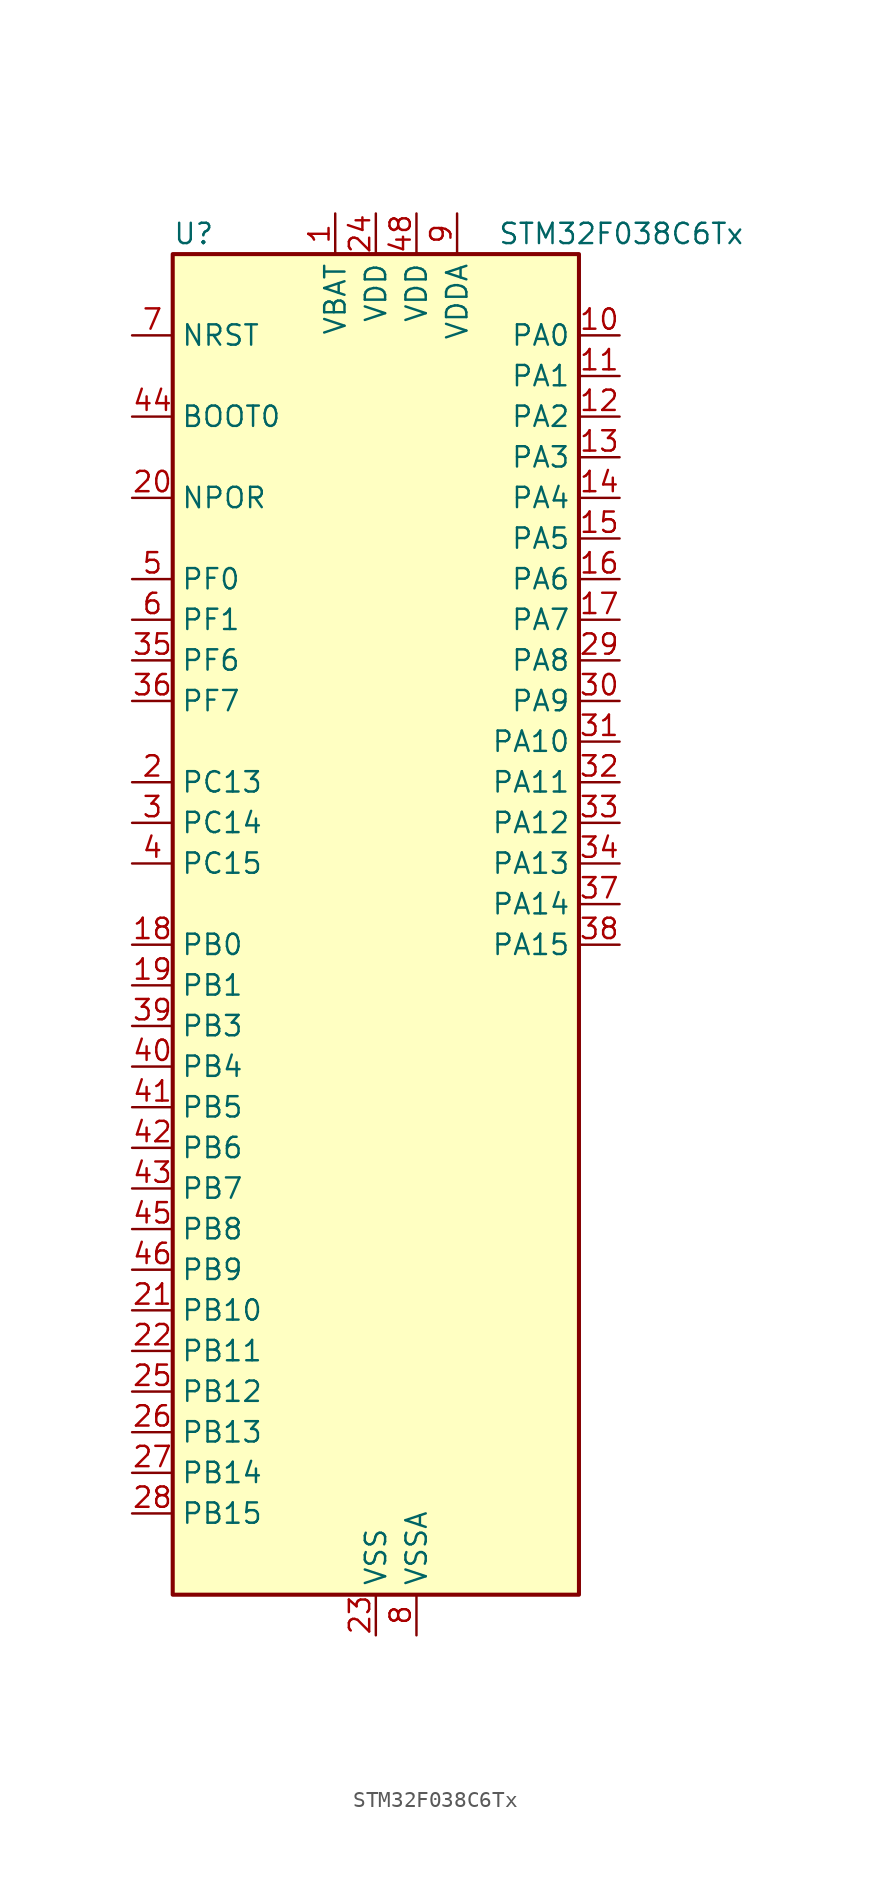
<source format=kicad_sym>
(kicad_symbol_lib
  (version 20241209)
  (generator "kicad_symbol_editor")
  (generator_version "9.0")
  (symbol "STM32F038C6Tx"
    (property "Reference" "U"
      (at -12.7 44.45 0)
      (effects (font (size 1.27 1.27)) (justify left)))
    (property "Value" "STM32F038C6Tx"
      (at 7.62 44.45 0)
      (effects (font (size 1.27 1.27)) (justify left)))
    (symbol "STM32F038C6Tx_0_1"
      (rectangle (start -12.7 -40.64) (end 12.7 43.18) (stroke (width 0.254) (type default)) (fill (type background))))
    (symbol "STM32F038C6Tx_1_1"
      (pin input line (at -15.24 38.1 0) (length 2.54) (name "NRST" (effects (font (size 1.27 1.27)))) (number "7" (effects (font (size 1.27 1.27)))))
      (pin input line (at -15.24 33.02 0) (length 2.54) (name "BOOT0" (effects (font (size 1.27 1.27)))) (number "44" (effects (font (size 1.27 1.27)))))
      (pin input line (at -15.24 27.94 0) (length 2.54) (name "NPOR" (effects (font (size 1.27 1.27)))) (number "20" (effects (font (size 1.27 1.27)))))
      (pin bidirectional line (at -15.24 22.86 0) (length 2.54) (name "PF0" (effects (font (size 1.27 1.27)))) (number "5" (effects (font (size 1.27 1.27)))) (alternate "RCC_OSC_IN" bidirectional line))
      (pin bidirectional line (at -15.24 20.32 0) (length 2.54) (name "PF1" (effects (font (size 1.27 1.27)))) (number "6" (effects (font (size 1.27 1.27)))) (alternate "RCC_OSC_OUT" bidirectional line))
      (pin bidirectional line (at -15.24 17.78 0) (length 2.54) (name "PF6" (effects (font (size 1.27 1.27)))) (number "35" (effects (font (size 1.27 1.27)))) (alternate "I2C1_SCL" bidirectional line))
      (pin bidirectional line (at -15.24 15.24 0) (length 2.54) (name "PF7" (effects (font (size 1.27 1.27)))) (number "36" (effects (font (size 1.27 1.27)))) (alternate "I2C1_SDA" bidirectional line))
      (pin bidirectional line (at -15.24 10.16 0) (length 2.54) (name "PC13" (effects (font (size 1.27 1.27)))) (number "2" (effects (font (size 1.27 1.27)))) (alternate "RTC_OUT_ALARM" bidirectional line) (alternate "RTC_OUT_CALIB" bidirectional line) (alternate "RTC_TAMP1" bidirectional line) (alternate "RTC_TS" bidirectional line) (alternate "SYS_WKUP2" bidirectional line))
      (pin bidirectional line (at -15.24 7.62 0) (length 2.54) (name "PC14" (effects (font (size 1.27 1.27)))) (number "3" (effects (font (size 1.27 1.27)))) (alternate "RCC_OSC32_IN" bidirectional line))
      (pin bidirectional line (at -15.24 5.08 0) (length 2.54) (name "PC15" (effects (font (size 1.27 1.27)))) (number "4" (effects (font (size 1.27 1.27)))) (alternate "RCC_OSC32_OUT" bidirectional line))
      (pin bidirectional line (at -15.24 0 0) (length 2.54) (name "PB0" (effects (font (size 1.27 1.27)))) (number "18" (effects (font (size 1.27 1.27)))) (alternate "ADC_IN8" bidirectional line) (alternate "TIM1_CH2N" bidirectional line) (alternate "TIM3_CH3" bidirectional line))
      (pin bidirectional line (at -15.24 -2.54 0) (length 2.54) (name "PB1" (effects (font (size 1.27 1.27)))) (number "19" (effects (font (size 1.27 1.27)))) (alternate "ADC_IN9" bidirectional line) (alternate "TIM14_CH1" bidirectional line) (alternate "TIM1_CH3N" bidirectional line) (alternate "TIM3_CH4" bidirectional line))
      (pin bidirectional line (at -15.24 -5.08 0) (length 2.54) (name "PB3" (effects (font (size 1.27 1.27)))) (number "39" (effects (font (size 1.27 1.27)))) (alternate "I2S1_CK" bidirectional line) (alternate "SPI1_SCK" bidirectional line) (alternate "TIM2_CH2" bidirectional line))
      (pin bidirectional line (at -15.24 -7.62 0) (length 2.54) (name "PB4" (effects (font (size 1.27 1.27)))) (number "40" (effects (font (size 1.27 1.27)))) (alternate "I2S1_MCK" bidirectional line) (alternate "SPI1_MISO" bidirectional line) (alternate "TIM3_CH1" bidirectional line))
      (pin bidirectional line (at -15.24 -10.16 0) (length 2.54) (name "PB5" (effects (font (size 1.27 1.27)))) (number "41" (effects (font (size 1.27 1.27)))) (alternate "I2C1_SMBA" bidirectional line) (alternate "I2S1_SD" bidirectional line) (alternate "SPI1_MOSI" bidirectional line) (alternate "TIM16_BKIN" bidirectional line) (alternate "TIM3_CH2" bidirectional line))
      (pin bidirectional line (at -15.24 -12.7 0) (length 2.54) (name "PB6" (effects (font (size 1.27 1.27)))) (number "42" (effects (font (size 1.27 1.27)))) (alternate "I2C1_SCL" bidirectional line) (alternate "TIM16_CH1N" bidirectional line) (alternate "USART1_TX" bidirectional line))
      (pin bidirectional line (at -15.24 -15.24 0) (length 2.54) (name "PB7" (effects (font (size 1.27 1.27)))) (number "43" (effects (font (size 1.27 1.27)))) (alternate "I2C1_SDA" bidirectional line) (alternate "TIM17_CH1N" bidirectional line) (alternate "USART1_RX" bidirectional line))
      (pin bidirectional line (at -15.24 -17.78 0) (length 2.54) (name "PB8" (effects (font (size 1.27 1.27)))) (number "45" (effects (font (size 1.27 1.27)))) (alternate "I2C1_SCL" bidirectional line) (alternate "TIM16_CH1" bidirectional line))
      (pin bidirectional line (at -15.24 -20.32 0) (length 2.54) (name "PB9" (effects (font (size 1.27 1.27)))) (number "46" (effects (font (size 1.27 1.27)))) (alternate "I2C1_SDA" bidirectional line) (alternate "IR_OUT" bidirectional line) (alternate "TIM17_CH1" bidirectional line))
      (pin bidirectional line (at -15.24 -22.86 0) (length 2.54) (name "PB10" (effects (font (size 1.27 1.27)))) (number "21" (effects (font (size 1.27 1.27)))) (alternate "I2C1_SCL" bidirectional line) (alternate "TIM2_CH3" bidirectional line))
      (pin bidirectional line (at -15.24 -25.4 0) (length 2.54) (name "PB11" (effects (font (size 1.27 1.27)))) (number "22" (effects (font (size 1.27 1.27)))) (alternate "I2C1_SDA" bidirectional line) (alternate "TIM2_CH4" bidirectional line))
      (pin bidirectional line (at -15.24 -27.94 0) (length 2.54) (name "PB12" (effects (font (size 1.27 1.27)))) (number "25" (effects (font (size 1.27 1.27)))) (alternate "SPI1_NSS" bidirectional line) (alternate "TIM1_BKIN" bidirectional line))
      (pin bidirectional line (at -15.24 -30.48 0) (length 2.54) (name "PB13" (effects (font (size 1.27 1.27)))) (number "26" (effects (font (size 1.27 1.27)))) (alternate "SPI1_SCK" bidirectional line) (alternate "TIM1_CH1N" bidirectional line))
      (pin bidirectional line (at -15.24 -33.02 0) (length 2.54) (name "PB14" (effects (font (size 1.27 1.27)))) (number "27" (effects (font (size 1.27 1.27)))) (alternate "SPI1_MISO" bidirectional line) (alternate "TIM1_CH2N" bidirectional line))
      (pin bidirectional line (at -15.24 -35.56 0) (length 2.54) (name "PB15" (effects (font (size 1.27 1.27)))) (number "28" (effects (font (size 1.27 1.27)))) (alternate "RTC_REFIN" bidirectional line) (alternate "SPI1_MOSI" bidirectional line) (alternate "TIM1_CH3N" bidirectional line))
      (pin power_in line (at -2.54 45.72 270) (length 2.54) (name "VBAT" (effects (font (size 1.27 1.27)))) (number "1" (effects (font (size 1.27 1.27)))))
      (pin power_in line (at 0 45.72 270) (length 2.54) (name "VDD" (effects (font (size 1.27 1.27)))) (number "24" (effects (font (size 1.27 1.27)))))
      (pin power_in line (at 0 -43.18 90) (length 2.54) (name "VSS" (effects (font (size 1.27 1.27)))) (number "23" (effects (font (size 1.27 1.27)))))
      (pin passive line (at 0 -43.18 90) (length 2.54) (hide yes) (name "VSS" (effects (font (size 1.27 1.27)))) (number "47" (effects (font (size 1.27 1.27)))))
      (pin power_in line (at 2.54 45.72 270) (length 2.54) (name "VDD" (effects (font (size 1.27 1.27)))) (number "48" (effects (font (size 1.27 1.27)))))
      (pin power_in line (at 2.54 -43.18 90) (length 2.54) (name "VSSA" (effects (font (size 1.27 1.27)))) (number "8" (effects (font (size 1.27 1.27)))))
      (pin power_in line (at 5.08 45.72 270) (length 2.54) (name "VDDA" (effects (font (size 1.27 1.27)))) (number "9" (effects (font (size 1.27 1.27)))))
      (pin bidirectional line (at 15.24 38.1 180) (length 2.54) (name "PA0" (effects (font (size 1.27 1.27)))) (number "10" (effects (font (size 1.27 1.27)))) (alternate "ADC_IN0" bidirectional line) (alternate "RTC_TAMP2" bidirectional line) (alternate "SYS_WKUP1" bidirectional line) (alternate "TIM2_CH1" bidirectional line) (alternate "TIM2_ETR" bidirectional line) (alternate "USART1_CTS" bidirectional line))
      (pin bidirectional line (at 15.24 35.56 180) (length 2.54) (name "PA1" (effects (font (size 1.27 1.27)))) (number "11" (effects (font (size 1.27 1.27)))) (alternate "ADC_IN1" bidirectional line) (alternate "TIM2_CH2" bidirectional line) (alternate "USART1_DE" bidirectional line) (alternate "USART1_RTS" bidirectional line))
      (pin bidirectional line (at 15.24 33.02 180) (length 2.54) (name "PA2" (effects (font (size 1.27 1.27)))) (number "12" (effects (font (size 1.27 1.27)))) (alternate "ADC_IN2" bidirectional line) (alternate "TIM2_CH3" bidirectional line) (alternate "USART1_TX" bidirectional line))
      (pin bidirectional line (at 15.24 30.48 180) (length 2.54) (name "PA3" (effects (font (size 1.27 1.27)))) (number "13" (effects (font (size 1.27 1.27)))) (alternate "ADC_IN3" bidirectional line) (alternate "TIM2_CH4" bidirectional line) (alternate "USART1_RX" bidirectional line))
      (pin bidirectional line (at 15.24 27.94 180) (length 2.54) (name "PA4" (effects (font (size 1.27 1.27)))) (number "14" (effects (font (size 1.27 1.27)))) (alternate "ADC_IN4" bidirectional line) (alternate "I2S1_WS" bidirectional line) (alternate "SPI1_NSS" bidirectional line) (alternate "TIM14_CH1" bidirectional line) (alternate "USART1_CK" bidirectional line))
      (pin bidirectional line (at 15.24 25.4 180) (length 2.54) (name "PA5" (effects (font (size 1.27 1.27)))) (number "15" (effects (font (size 1.27 1.27)))) (alternate "ADC_IN5" bidirectional line) (alternate "I2S1_CK" bidirectional line) (alternate "SPI1_SCK" bidirectional line) (alternate "TIM2_CH1" bidirectional line) (alternate "TIM2_ETR" bidirectional line))
      (pin bidirectional line (at 15.24 22.86 180) (length 2.54) (name "PA6" (effects (font (size 1.27 1.27)))) (number "16" (effects (font (size 1.27 1.27)))) (alternate "ADC_IN6" bidirectional line) (alternate "I2S1_MCK" bidirectional line) (alternate "SPI1_MISO" bidirectional line) (alternate "TIM16_CH1" bidirectional line) (alternate "TIM1_BKIN" bidirectional line) (alternate "TIM3_CH1" bidirectional line))
      (pin bidirectional line (at 15.24 20.32 180) (length 2.54) (name "PA7" (effects (font (size 1.27 1.27)))) (number "17" (effects (font (size 1.27 1.27)))) (alternate "ADC_IN7" bidirectional line) (alternate "I2S1_SD" bidirectional line) (alternate "SPI1_MOSI" bidirectional line) (alternate "TIM14_CH1" bidirectional line) (alternate "TIM17_CH1" bidirectional line) (alternate "TIM1_CH1N" bidirectional line) (alternate "TIM3_CH2" bidirectional line))
      (pin bidirectional line (at 15.24 17.78 180) (length 2.54) (name "PA8" (effects (font (size 1.27 1.27)))) (number "29" (effects (font (size 1.27 1.27)))) (alternate "RCC_MCO" bidirectional line) (alternate "TIM1_CH1" bidirectional line) (alternate "USART1_CK" bidirectional line))
      (pin bidirectional line (at 15.24 15.24 180) (length 2.54) (name "PA9" (effects (font (size 1.27 1.27)))) (number "30" (effects (font (size 1.27 1.27)))) (alternate "I2C1_SCL" bidirectional line) (alternate "TIM1_CH2" bidirectional line) (alternate "USART1_TX" bidirectional line))
      (pin bidirectional line (at 15.24 12.7 180) (length 2.54) (name "PA10" (effects (font (size 1.27 1.27)))) (number "31" (effects (font (size 1.27 1.27)))) (alternate "I2C1_SDA" bidirectional line) (alternate "TIM17_BKIN" bidirectional line) (alternate "TIM1_CH3" bidirectional line) (alternate "USART1_RX" bidirectional line))
      (pin bidirectional line (at 15.24 10.16 180) (length 2.54) (name "PA11" (effects (font (size 1.27 1.27)))) (number "32" (effects (font (size 1.27 1.27)))) (alternate "TIM1_CH4" bidirectional line) (alternate "USART1_CTS" bidirectional line))
      (pin bidirectional line (at 15.24 7.62 180) (length 2.54) (name "PA12" (effects (font (size 1.27 1.27)))) (number "33" (effects (font (size 1.27 1.27)))) (alternate "TIM1_ETR" bidirectional line) (alternate "USART1_DE" bidirectional line) (alternate "USART1_RTS" bidirectional line))
      (pin bidirectional line (at 15.24 5.08 180) (length 2.54) (name "PA13" (effects (font (size 1.27 1.27)))) (number "34" (effects (font (size 1.27 1.27)))) (alternate "IR_OUT" bidirectional line) (alternate "SYS_SWDIO" bidirectional line))
      (pin bidirectional line (at 15.24 2.54 180) (length 2.54) (name "PA14" (effects (font (size 1.27 1.27)))) (number "37" (effects (font (size 1.27 1.27)))) (alternate "SYS_SWCLK" bidirectional line) (alternate "USART1_TX" bidirectional line))
      (pin bidirectional line (at 15.24 0 180) (length 2.54) (name "PA15" (effects (font (size 1.27 1.27)))) (number "38" (effects (font (size 1.27 1.27)))) (alternate "I2S1_WS" bidirectional line) (alternate "SPI1_NSS" bidirectional line) (alternate "TIM2_CH1" bidirectional line) (alternate "TIM2_ETR" bidirectional line) (alternate "USART1_RX" bidirectional line)))))
</source>
